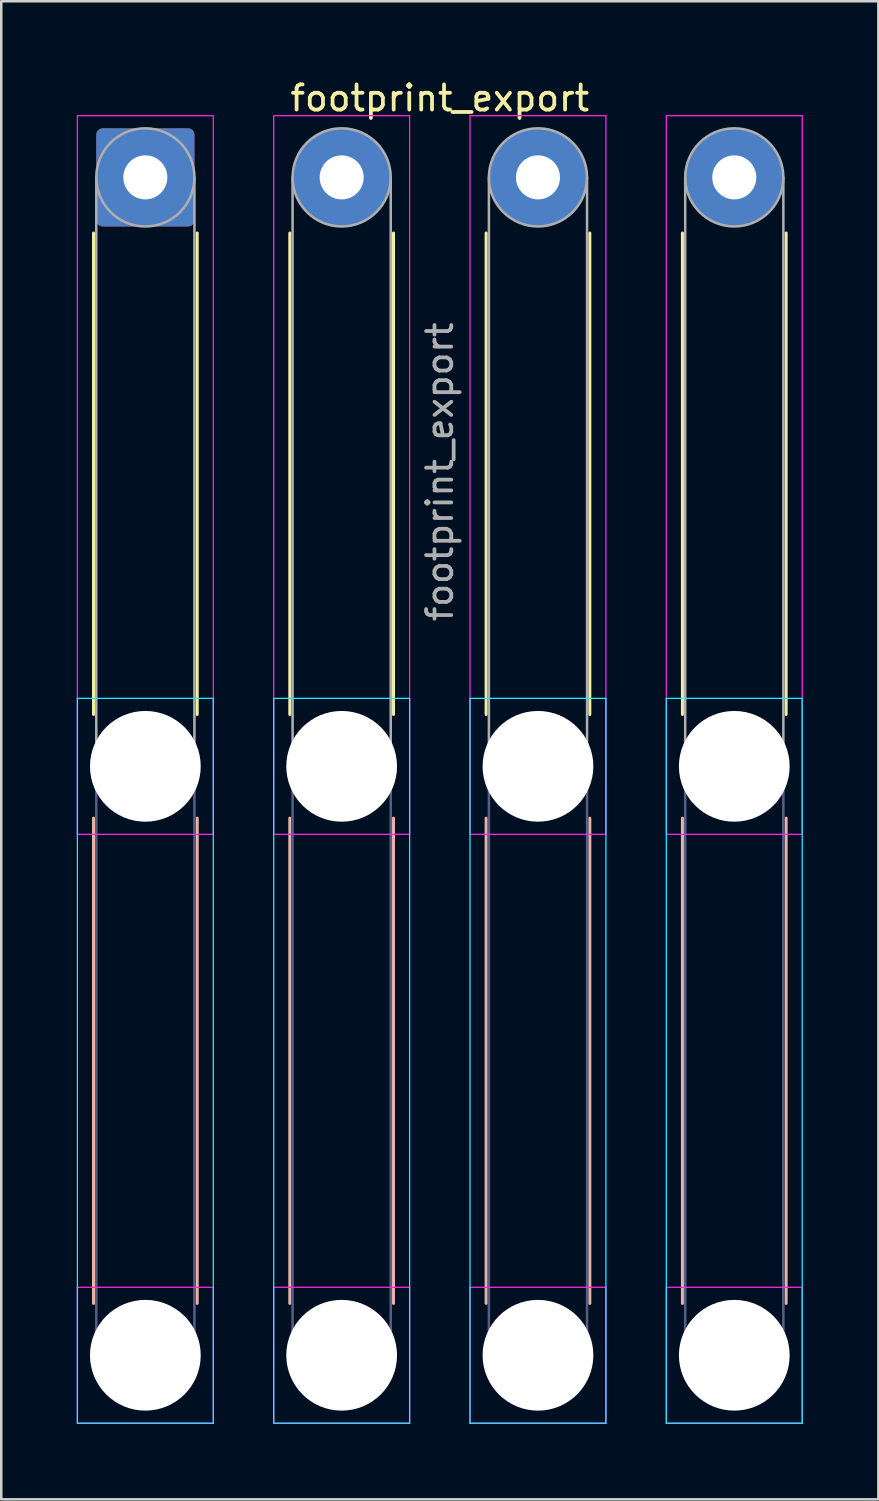
<source format=kicad_pcb>
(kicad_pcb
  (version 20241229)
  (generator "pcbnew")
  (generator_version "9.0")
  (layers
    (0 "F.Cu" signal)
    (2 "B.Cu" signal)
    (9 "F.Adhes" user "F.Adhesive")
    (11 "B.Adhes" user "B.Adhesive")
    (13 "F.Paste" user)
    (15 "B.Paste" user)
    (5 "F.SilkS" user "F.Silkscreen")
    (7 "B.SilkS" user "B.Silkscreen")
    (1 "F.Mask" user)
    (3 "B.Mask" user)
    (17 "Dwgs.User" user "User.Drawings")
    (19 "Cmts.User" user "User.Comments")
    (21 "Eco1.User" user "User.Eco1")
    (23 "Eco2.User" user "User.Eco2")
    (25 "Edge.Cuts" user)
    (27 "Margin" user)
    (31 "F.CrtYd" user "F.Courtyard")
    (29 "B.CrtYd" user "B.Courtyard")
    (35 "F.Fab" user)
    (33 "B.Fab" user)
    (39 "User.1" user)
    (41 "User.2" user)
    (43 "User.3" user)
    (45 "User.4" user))
  (footprint "footprint_export"
    (layer "F.Cu")
    (at 2.725 3.998)
    (property "Reference" "footprint_export" (at 11.7 -3.15 0) (layer "F.SilkS") (effects (font (size 1 1) (thickness 0.15))))
    (attr exclude_from_pos_files exclude_from_bom)
    (fp_line (start -2.06 2.21) (end -2.06 21.34) (stroke (width 0.12) (type solid)) (layer "F.SilkS"))
    (fp_line (start 2.06 2.21) (end 2.06 21.34) (stroke (width 0.12) (type solid)) (layer "F.SilkS"))
    (fp_line (start 5.74 2.21) (end 5.74 21.34) (stroke (width 0.12) (type solid)) (layer "F.SilkS"))
    (fp_line (start 9.86 2.21) (end 9.86 21.34) (stroke (width 0.12) (type solid)) (layer "F.SilkS"))
    (fp_line (start 13.54 2.21) (end 13.54 21.34) (stroke (width 0.12) (type solid)) (layer "F.SilkS"))
    (fp_line (start 17.66 2.21) (end 17.66 21.34) (stroke (width 0.12) (type solid)) (layer "F.SilkS"))
    (fp_line (start 21.34 2.21) (end 21.34 21.34) (stroke (width 0.12) (type solid)) (layer "F.SilkS"))
    (fp_line (start 25.46 2.21) (end 25.46 21.34) (stroke (width 0.12) (type solid)) (layer "F.SilkS"))
    (fp_line (start -2.06 25.46) (end -2.06 44.74) (stroke (width 0.12) (type solid)) (layer "B.SilkS"))
    (fp_line (start 2.06 25.46) (end 2.06 44.74) (stroke (width 0.12) (type solid)) (layer "B.SilkS"))
    (fp_line (start 5.74 25.46) (end 5.74 44.74) (stroke (width 0.12) (type solid)) (layer "B.SilkS"))
    (fp_line (start 9.86 25.46) (end 9.86 44.74) (stroke (width 0.12) (type solid)) (layer "B.SilkS"))
    (fp_line (start 13.54 25.46) (end 13.54 44.74) (stroke (width 0.12) (type solid)) (layer "B.SilkS"))
    (fp_line (start 17.66 25.46) (end 17.66 44.74) (stroke (width 0.12) (type solid)) (layer "B.SilkS"))
    (fp_line (start 21.34 25.46) (end 21.34 44.74) (stroke (width 0.12) (type solid)) (layer "B.SilkS"))
    (fp_line (start 25.46 25.46) (end 25.46 44.74) (stroke (width 0.12) (type solid)) (layer "B.SilkS"))
    (fp_line (start -2.7 20.7) (end -2.7 49.5) (stroke (width 0.05) (type solid)) (layer "B.CrtYd"))
    (fp_line (start -2.7 49.5) (end 2.7 49.5) (stroke (width 0.05) (type solid)) (layer "B.CrtYd"))
    (fp_line (start 2.7 20.7) (end -2.7 20.7) (stroke (width 0.05) (type solid)) (layer "B.CrtYd"))
    (fp_line (start 2.7 49.5) (end 2.7 20.7) (stroke (width 0.05) (type solid)) (layer "B.CrtYd"))
    (fp_line (start 5.1 20.7) (end 5.1 49.5) (stroke (width 0.05) (type solid)) (layer "B.CrtYd"))
    (fp_line (start 5.1 49.5) (end 10.5 49.5) (stroke (width 0.05) (type solid)) (layer "B.CrtYd"))
    (fp_line (start 10.5 20.7) (end 5.1 20.7) (stroke (width 0.05) (type solid)) (layer "B.CrtYd"))
    (fp_line (start 10.5 49.5) (end 10.5 20.7) (stroke (width 0.05) (type solid)) (layer "B.CrtYd"))
    (fp_line (start 12.9 20.7) (end 12.9 49.5) (stroke (width 0.05) (type solid)) (layer "B.CrtYd"))
    (fp_line (start 12.9 49.5) (end 18.3 49.5) (stroke (width 0.05) (type solid)) (layer "B.CrtYd"))
    (fp_line (start 18.3 20.7) (end 12.9 20.7) (stroke (width 0.05) (type solid)) (layer "B.CrtYd"))
    (fp_line (start 18.3 49.5) (end 18.3 20.7) (stroke (width 0.05) (type solid)) (layer "B.CrtYd"))
    (fp_line (start 20.7 20.7) (end 20.7 49.5) (stroke (width 0.05) (type solid)) (layer "B.CrtYd"))
    (fp_line (start 20.7 49.5) (end 26.1 49.5) (stroke (width 0.05) (type solid)) (layer "B.CrtYd"))
    (fp_line (start 26.1 20.7) (end 20.7 20.7) (stroke (width 0.05) (type solid)) (layer "B.CrtYd"))
    (fp_line (start 26.1 49.5) (end 26.1 20.7) (stroke (width 0.05) (type solid)) (layer "B.CrtYd"))
    (fp_line (start -2.7 -2.45) (end -2.7 26.1) (stroke (width 0.05) (type solid)) (layer "F.CrtYd"))
    (fp_line (start -2.7 26.1) (end 2.7 26.1) (stroke (width 0.05) (type solid)) (layer "F.CrtYd"))
    (fp_line (start -2.7 44.1) (end -2.7 49.5) (stroke (width 0.05) (type solid)) (layer "F.CrtYd"))
    (fp_line (start -2.7 49.5) (end 2.7 49.5) (stroke (width 0.05) (type solid)) (layer "F.CrtYd"))
    (fp_line (start 2.7 -2.45) (end -2.7 -2.45) (stroke (width 0.05) (type solid)) (layer "F.CrtYd"))
    (fp_line (start 2.7 26.1) (end 2.7 -2.45) (stroke (width 0.05) (type solid)) (layer "F.CrtYd"))
    (fp_line (start 2.7 44.1) (end -2.7 44.1) (stroke (width 0.05) (type solid)) (layer "F.CrtYd"))
    (fp_line (start 2.7 49.5) (end 2.7 44.1) (stroke (width 0.05) (type solid)) (layer "F.CrtYd"))
    (fp_line (start 5.1 -2.45) (end 5.1 26.1) (stroke (width 0.05) (type solid)) (layer "F.CrtYd"))
    (fp_line (start 5.1 26.1) (end 10.5 26.1) (stroke (width 0.05) (type solid)) (layer "F.CrtYd"))
    (fp_line (start 5.1 44.1) (end 5.1 49.5) (stroke (width 0.05) (type solid)) (layer "F.CrtYd"))
    (fp_line (start 5.1 49.5) (end 10.5 49.5) (stroke (width 0.05) (type solid)) (layer "F.CrtYd"))
    (fp_line (start 10.5 -2.45) (end 5.1 -2.45) (stroke (width 0.05) (type solid)) (layer "F.CrtYd"))
    (fp_line (start 10.5 26.1) (end 10.5 -2.45) (stroke (width 0.05) (type solid)) (layer "F.CrtYd"))
    (fp_line (start 10.5 44.1) (end 5.1 44.1) (stroke (width 0.05) (type solid)) (layer "F.CrtYd"))
    (fp_line (start 10.5 49.5) (end 10.5 44.1) (stroke (width 0.05) (type solid)) (layer "F.CrtYd"))
    (fp_line (start 12.9 -2.45) (end 12.9 26.1) (stroke (width 0.05) (type solid)) (layer "F.CrtYd"))
    (fp_line (start 12.9 26.1) (end 18.3 26.1) (stroke (width 0.05) (type solid)) (layer "F.CrtYd"))
    (fp_line (start 12.9 44.1) (end 12.9 49.5) (stroke (width 0.05) (type solid)) (layer "F.CrtYd"))
    (fp_line (start 12.9 49.5) (end 18.3 49.5) (stroke (width 0.05) (type solid)) (layer "F.CrtYd"))
    (fp_line (start 18.3 -2.45) (end 12.9 -2.45) (stroke (width 0.05) (type solid)) (layer "F.CrtYd"))
    (fp_line (start 18.3 26.1) (end 18.3 -2.45) (stroke (width 0.05) (type solid)) (layer "F.CrtYd"))
    (fp_line (start 18.3 44.1) (end 12.9 44.1) (stroke (width 0.05) (type solid)) (layer "F.CrtYd"))
    (fp_line (start 18.3 49.5) (end 18.3 44.1) (stroke (width 0.05) (type solid)) (layer "F.CrtYd"))
    (fp_line (start 20.7 -2.45) (end 20.7 26.1) (stroke (width 0.05) (type solid)) (layer "F.CrtYd"))
    (fp_line (start 20.7 26.1) (end 26.1 26.1) (stroke (width 0.05) (type solid)) (layer "F.CrtYd"))
    (fp_line (start 20.7 44.1) (end 20.7 49.5) (stroke (width 0.05) (type solid)) (layer "F.CrtYd"))
    (fp_line (start 20.7 49.5) (end 26.1 49.5) (stroke (width 0.05) (type solid)) (layer "F.CrtYd"))
    (fp_line (start 26.1 -2.45) (end 20.7 -2.45) (stroke (width 0.05) (type solid)) (layer "F.CrtYd"))
    (fp_line (start 26.1 26.1) (end 26.1 -2.45) (stroke (width 0.05) (type solid)) (layer "F.CrtYd"))
    (fp_line (start 26.1 44.1) (end 20.7 44.1) (stroke (width 0.05) (type solid)) (layer "F.CrtYd"))
    (fp_line (start 26.1 49.5) (end 26.1 44.1) (stroke (width 0.05) (type solid)) (layer "F.CrtYd"))
    (fp_line (start -1.95 23.4) (end -1.95 46.8) (stroke (width 0.1) (type solid)) (layer "B.Fab"))
    (fp_line (start 1.95 23.4) (end 1.95 46.8) (stroke (width 0.1) (type solid)) (layer "B.Fab"))
    (fp_line (start 5.85 23.4) (end 5.85 46.8) (stroke (width 0.1) (type solid)) (layer "B.Fab"))
    (fp_line (start 9.75 23.4) (end 9.75 46.8) (stroke (width 0.1) (type solid)) (layer "B.Fab"))
    (fp_line (start 13.65 23.4) (end 13.65 46.8) (stroke (width 0.1) (type solid)) (layer "B.Fab"))
    (fp_line (start 17.55 23.4) (end 17.55 46.8) (stroke (width 0.1) (type solid)) (layer "B.Fab"))
    (fp_line (start 21.45 23.4) (end 21.45 46.8) (stroke (width 0.1) (type solid)) (layer "B.Fab"))
    (fp_line (start 25.35 23.4) (end 25.35 46.8) (stroke (width 0.1) (type solid)) (layer "B.Fab"))
    (fp_circle (center 0 23.4) (end 1.95 23.4) (stroke (width 0.1) (type solid)) (fill no) (layer "B.Fab"))
    (fp_circle (center 0 46.8) (end 1.95 46.8) (stroke (width 0.1) (type solid)) (fill no) (layer "B.Fab"))
    (fp_circle (center 7.8 23.4) (end 9.75 23.4) (stroke (width 0.1) (type solid)) (fill no) (layer "B.Fab"))
    (fp_circle (center 7.8 46.8) (end 9.75 46.8) (stroke (width 0.1) (type solid)) (fill no) (layer "B.Fab"))
    (fp_circle (center 15.6 23.4) (end 17.55 23.4) (stroke (width 0.1) (type solid)) (fill no) (layer "B.Fab"))
    (fp_circle (center 15.6 46.8) (end 17.55 46.8) (stroke (width 0.1) (type solid)) (fill no) (layer "B.Fab"))
    (fp_circle (center 23.4 23.4) (end 25.35 23.4) (stroke (width 0.1) (type solid)) (fill no) (layer "B.Fab"))
    (fp_circle (center 23.4 46.8) (end 25.35 46.8) (stroke (width 0.1) (type solid)) (fill no) (layer "B.Fab"))
    (fp_line (start -1.95 0) (end -1.95 23.4) (stroke (width 0.1) (type solid)) (layer "F.Fab"))
    (fp_line (start 1.95 0) (end 1.95 23.4) (stroke (width 0.1) (type solid)) (layer "F.Fab"))
    (fp_line (start 5.85 0) (end 5.85 23.4) (stroke (width 0.1) (type solid)) (layer "F.Fab"))
    (fp_line (start 9.75 0) (end 9.75 23.4) (stroke (width 0.1) (type solid)) (layer "F.Fab"))
    (fp_line (start 13.65 0) (end 13.65 23.4) (stroke (width 0.1) (type solid)) (layer "F.Fab"))
    (fp_line (start 17.55 0) (end 17.55 23.4) (stroke (width 0.1) (type solid)) (layer "F.Fab"))
    (fp_line (start 21.45 0) (end 21.45 23.4) (stroke (width 0.1) (type solid)) (layer "F.Fab"))
    (fp_line (start 25.35 0) (end 25.35 23.4) (stroke (width 0.1) (type solid)) (layer "F.Fab"))
    (fp_circle (center 0 0) (end 1.95 0) (stroke (width 0.1) (type solid)) (fill no) (layer "F.Fab"))
    (fp_circle (center 0 23.4) (end 1.95 23.4) (stroke (width 0.1) (type solid)) (fill no) (layer "F.Fab"))
    (fp_circle (center 0 46.8) (end 1.95 46.8) (stroke (width 0.1) (type solid)) (fill no) (layer "F.Fab"))
    (fp_circle (center 7.8 0) (end 9.75 0) (stroke (width 0.1) (type solid)) (fill no) (layer "F.Fab"))
    (fp_circle (center 7.8 23.4) (end 9.75 23.4) (stroke (width 0.1) (type solid)) (fill no) (layer "F.Fab"))
    (fp_circle (center 7.8 46.8) (end 9.75 46.8) (stroke (width 0.1) (type solid)) (fill no) (layer "F.Fab"))
    (fp_circle (center 15.6 0) (end 17.55 0) (stroke (width 0.1) (type solid)) (fill no) (layer "F.Fab"))
    (fp_circle (center 15.6 23.4) (end 17.55 23.4) (stroke (width 0.1) (type solid)) (fill no) (layer "F.Fab"))
    (fp_circle (center 15.6 46.8) (end 17.55 46.8) (stroke (width 0.1) (type solid)) (fill no) (layer "F.Fab"))
    (fp_circle (center 23.4 0) (end 25.35 0) (stroke (width 0.1) (type solid)) (fill no) (layer "F.Fab"))
    (fp_circle (center 23.4 23.4) (end 25.35 23.4) (stroke (width 0.1) (type solid)) (fill no) (layer "F.Fab"))
    (fp_circle (center 23.4 46.8) (end 25.35 46.8) (stroke (width 0.1) (type solid)) (fill no) (layer "F.Fab"))
    (fp_text user "${REFERENCE}" (at 11.7 11.7 90) (layer "F.Fab") (effects (font (size 1 1) (thickness 0.15))))
    (pad "" np_thru_hole circle (at 0 23.4) (size 4.4 4.4) (drill 4.4) (layers "*.Cu" "*.Mask"))
    (pad "" np_thru_hole circle (at 0 46.8) (size 4.4 4.4) (drill 4.4) (layers "*.Cu" "*.Mask"))
    (pad "" np_thru_hole circle (at 7.8 23.4) (size 4.4 4.4) (drill 4.4) (layers "*.Cu" "*.Mask"))
    (pad "" np_thru_hole circle (at 7.8 46.8) (size 4.4 4.4) (drill 4.4) (layers "*.Cu" "*.Mask"))
    (pad "" np_thru_hole circle (at 15.6 23.4) (size 4.4 4.4) (drill 4.4) (layers "*.Cu" "*.Mask"))
    (pad "" np_thru_hole circle (at 15.6 46.8) (size 4.4 4.4) (drill 4.4) (layers "*.Cu" "*.Mask"))
    (pad "" np_thru_hole circle (at 23.4 23.4) (size 4.4 4.4) (drill 4.4) (layers "*.Cu" "*.Mask"))
    (pad "" np_thru_hole circle (at 23.4 46.8) (size 4.4 4.4) (drill 4.4) (layers "*.Cu" "*.Mask"))
    (pad "1" thru_hole roundrect (at 0 0) (size 3.9 3.9) (drill 1.75) (layers "*.Cu" "*.Mask") (roundrect_rratio 0.064))
    (pad "2" thru_hole circle (at 7.8 0) (size 3.9 3.9) (drill 1.75) (layers "*.Cu" "*.Mask"))
    (pad "3" thru_hole circle (at 15.6 0) (size 3.9 3.9) (drill 1.75) (layers "*.Cu" "*.Mask"))
    (pad "4" thru_hole circle (at 23.4 0) (size 3.9 3.9) (drill 1.75) (layers "*.Cu" "*.Mask")))
  (gr_rect
    (start -3 -3)
    (end 31.85 56.523)
    (stroke (width 0.1) (type default))
    (fill no)
    (layer "Edge.Cuts")))
</source>
